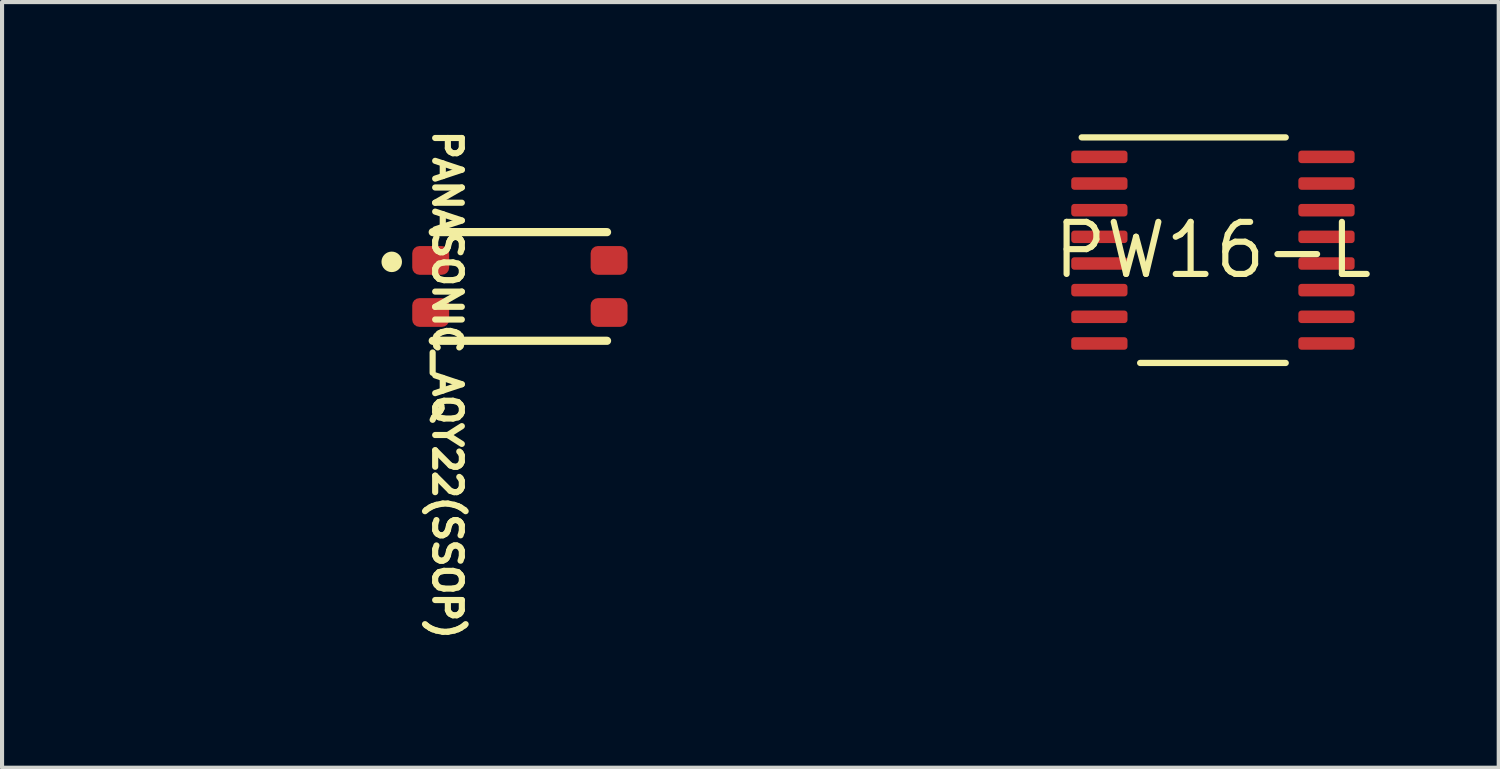
<source format=kicad_pcb>
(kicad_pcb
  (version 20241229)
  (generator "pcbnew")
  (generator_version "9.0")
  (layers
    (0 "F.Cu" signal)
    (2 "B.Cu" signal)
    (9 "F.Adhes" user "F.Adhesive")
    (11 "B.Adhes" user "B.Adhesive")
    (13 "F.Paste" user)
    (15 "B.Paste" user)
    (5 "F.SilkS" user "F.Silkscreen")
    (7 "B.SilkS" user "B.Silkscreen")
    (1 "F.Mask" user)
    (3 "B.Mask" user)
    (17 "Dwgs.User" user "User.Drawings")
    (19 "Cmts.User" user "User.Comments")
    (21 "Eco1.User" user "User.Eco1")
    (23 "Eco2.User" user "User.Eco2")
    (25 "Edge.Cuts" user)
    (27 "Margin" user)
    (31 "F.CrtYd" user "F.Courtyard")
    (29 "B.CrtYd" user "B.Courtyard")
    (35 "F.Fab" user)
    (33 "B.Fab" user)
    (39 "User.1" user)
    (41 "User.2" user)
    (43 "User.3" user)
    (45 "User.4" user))
  (footprint "PANASONIC_AQY22(SSOP)"
    (layer "F.Cu")
    (at 9.627 3.935)
    (property "Reference" "PANASONIC_AQY22(SSOP)" (at -1.773 2.4 270) (unlocked yes) (layer "F.SilkS") (effects (font (size 0.65 0.65) (thickness 0.15))))
    (fp_line (start -2.125 -1.325) (end 2.125 -1.325) (stroke (width 0.2) (type solid)) (layer "F.SilkS"))
    (fp_line (start -2.125 1.325) (end 2.125 1.325) (stroke (width 0.2) (type solid)) (layer "F.SilkS"))
    (fp_circle (center -3.125 -0.6) (end -3 -0.6) (stroke (width 0.25) (type solid)) (fill no) (layer "F.SilkS"))
    (fp_line (start -2.425 -0.835) (end -2.425 -0.435) (stroke (width 0.1) (type solid)) (layer "User.5"))
    (fp_line (start -2.425 -0.835) (end -2.225 -0.835) (stroke (width 0.1) (type solid)) (layer "User.5"))
    (fp_line (start -2.425 -0.435) (end -2.225 -0.435) (stroke (width 0.1) (type solid)) (layer "User.5"))
    (fp_line (start -2.425 0.435) (end -2.425 0.835) (stroke (width 0.1) (type solid)) (layer "User.5"))
    (fp_line (start -2.425 0.435) (end -2.225 0.435) (stroke (width 0.1) (type solid)) (layer "User.5"))
    (fp_line (start -2.425 0.835) (end -2.225 0.835) (stroke (width 0.1) (type solid)) (layer "User.5"))
    (fp_line (start -2.225 -1.225) (end -2.225 1.225) (stroke (width 0.1) (type solid)) (layer "User.5"))
    (fp_line (start -2.125 -1.325) (end 2.125 -1.325) (stroke (width 0.1) (type solid)) (layer "User.5"))
    (fp_line (start -2.125 1.325) (end 2.125 1.325) (stroke (width 0.1) (type solid)) (layer "User.5"))
    (fp_line (start 2.225 -1.225) (end 2.225 1.225) (stroke (width 0.1) (type solid)) (layer "User.5"))
    (fp_line (start 2.225 -0.835) (end 2.425 -0.835) (stroke (width 0.1) (type solid)) (layer "User.5"))
    (fp_line (start 2.225 -0.435) (end 2.425 -0.435) (stroke (width 0.1) (type solid)) (layer "User.5"))
    (fp_line (start 2.225 0.435) (end 2.425 0.435) (stroke (width 0.1) (type solid)) (layer "User.5"))
    (fp_line (start 2.225 0.835) (end 2.425 0.835) (stroke (width 0.1) (type solid)) (layer "User.5"))
    (fp_line (start 2.425 -0.835) (end 2.425 -0.435) (stroke (width 0.1) (type solid)) (layer "User.5"))
    (fp_line (start 2.425 0.435) (end 2.425 0.835) (stroke (width 0.1) (type solid)) (layer "User.5"))
    (fp_arc (start -2.225 -1.225) (mid -2.195711 -1.295711) (end -2.125 -1.325) (stroke (width 0.1) (type solid)) (layer "User.5"))
    (fp_arc (start -2.125 1.325) (mid -2.195711 1.295711) (end -2.225 1.225) (stroke (width 0.1) (type solid)) (layer "User.5"))
    (fp_arc (start 2.125 -1.325) (mid 2.195711 -1.295711) (end 2.225 -1.225) (stroke (width 0.1) (type solid)) (layer "User.5"))
    (fp_arc (start 2.225 1.225) (mid 2.195711 1.295711) (end 2.125 1.325) (stroke (width 0.1) (type solid)) (layer "User.5"))
    (fp_circle (center -1.6 -0.6) (end -1.28 -0.6) (stroke (width 0.1) (type solid)) (fill no) (layer "User.5"))
    (fp_line (start -2.425 -0.835) (end -2.425 -0.435) (stroke (width 0.1) (type solid)) (layer "User.12"))
    (fp_line (start -2.425 -0.835) (end -2.225 -0.835) (stroke (width 0.1) (type solid)) (layer "User.12"))
    (fp_line (start -2.425 -0.435) (end -2.225 -0.435) (stroke (width 0.1) (type solid)) (layer "User.12"))
    (fp_line (start -2.425 0.435) (end -2.425 0.835) (stroke (width 0.1) (type solid)) (layer "User.12"))
    (fp_line (start -2.425 0.435) (end -2.225 0.435) (stroke (width 0.1) (type solid)) (layer "User.12"))
    (fp_line (start -2.425 0.835) (end -2.225 0.835) (stroke (width 0.1) (type solid)) (layer "User.12"))
    (fp_line (start -2.225 -1.225) (end -2.225 1.225) (stroke (width 0.1) (type solid)) (layer "User.12"))
    (fp_line (start -2.125 -1.325) (end 2.125 -1.325) (stroke (width 0.1) (type solid)) (layer "User.12"))
    (fp_line (start -2.125 1.325) (end 2.125 1.325) (stroke (width 0.1) (type solid)) (layer "User.12"))
    (fp_line (start 2.225 -1.225) (end 2.225 1.225) (stroke (width 0.1) (type solid)) (layer "User.12"))
    (fp_line (start 2.225 -0.835) (end 2.425 -0.835) (stroke (width 0.1) (type solid)) (layer "User.12"))
    (fp_line (start 2.225 -0.435) (end 2.425 -0.435) (stroke (width 0.1) (type solid)) (layer "User.12"))
    (fp_line (start 2.225 0.435) (end 2.425 0.435) (stroke (width 0.1) (type solid)) (layer "User.12"))
    (fp_line (start 2.225 0.835) (end 2.425 0.835) (stroke (width 0.1) (type solid)) (layer "User.12"))
    (fp_line (start 2.425 -0.835) (end 2.425 -0.435) (stroke (width 0.1) (type solid)) (layer "User.12"))
    (fp_line (start 2.425 0.435) (end 2.425 0.835) (stroke (width 0.1) (type solid)) (layer "User.12"))
    (fp_arc (start -2.225 -1.225) (mid -2.195711 -1.295711) (end -2.125 -1.325) (stroke (width 0.1) (type solid)) (layer "User.12"))
    (fp_arc (start -2.125 1.325) (mid -2.195711 1.295711) (end -2.225 1.225) (stroke (width 0.1) (type solid)) (layer "User.12"))
    (fp_arc (start 2.125 -1.325) (mid 2.195711 -1.295711) (end 2.225 -1.225) (stroke (width 0.1) (type solid)) (layer "User.12"))
    (fp_arc (start 2.225 1.225) (mid 2.195711 1.295711) (end 2.125 1.325) (stroke (width 0.1) (type solid)) (layer "User.12"))
    (fp_line (start -2.875 -1.525) (end -2.875 1.525) (stroke (width 0.05) (type solid)) (layer "User.13"))
    (fp_line (start -2.875 -1.525) (end 2.875 -1.525) (stroke (width 0.05) (type solid)) (layer "User.13"))
    (fp_line (start -2.875 1.525) (end 2.875 1.525) (stroke (width 0.05) (type solid)) (layer "User.13"))
    (fp_line (start 2.875 -1.525) (end 2.875 1.525) (stroke (width 0.05) (type solid)) (layer "User.13"))
    (fp_text user "${REFERENCE}" (at 0.152 0.036 0) (unlocked yes) (layer "User.5") (effects (font (size 1.016 1.016) (thickness 0.152))))
    (pad "1" smd roundrect (at -2.175 -0.635) (size 0.9 0.7) (layers "F.Cu" "F.Mask" "F.Paste") (roundrect_rratio 0.25))
    (pad "2" smd roundrect (at -2.175 0.635) (size 0.9 0.7) (layers "F.Cu" "F.Mask" "F.Paste") (roundrect_rratio 0.25))
    (pad "3" smd roundrect (at 2.175 0.635) (size 0.9 0.7) (layers "F.Cu" "F.Mask" "F.Paste") (roundrect_rratio 0.25))
    (pad "4" smd roundrect (at 2.175 -0.635) (size 0.9 0.7) (layers "F.Cu" "F.Mask" "F.Paste") (roundrect_rratio 0.25)))
  (footprint "PW16-L"
    (layer "F.Cu")
    (at 26.526 3.05)
    (property "Reference" "PW16-L" (at 0 0 0) (layer "F.SilkS") (effects (font (size 1.27 1.27) (thickness 0.15))))
    (fp_line (start 1.775 -2.75) (end -3.2 -2.75) (stroke (width 0.152) (type solid)) (layer "F.SilkS"))
    (fp_line (start 1.775 2.75) (end -1.775 2.75) (stroke (width 0.152) (type solid)) (layer "F.SilkS"))
    (fp_line (start -3.2 -2.397) (end -3.2 -2.152) (stroke (width 0.1) (type solid)) (layer "User.5"))
    (fp_line (start -3.2 -1.748) (end -3.2 -1.502) (stroke (width 0.1) (type solid)) (layer "User.5"))
    (fp_line (start -3.2 -1.097) (end -3.2 -0.853) (stroke (width 0.1) (type solid)) (layer "User.5"))
    (fp_line (start -3.2 -0.448) (end -3.2 -0.203) (stroke (width 0.1) (type solid)) (layer "User.5"))
    (fp_line (start -3.2 0.203) (end -3.2 0.448) (stroke (width 0.1) (type solid)) (layer "User.5"))
    (fp_line (start -3.2 0.853) (end -3.2 1.097) (stroke (width 0.1) (type solid)) (layer "User.5"))
    (fp_line (start -3.2 1.502) (end -3.2 1.748) (stroke (width 0.1) (type solid)) (layer "User.5"))
    (fp_line (start -3.2 2.152) (end -3.2 2.397) (stroke (width 0.1) (type solid)) (layer "User.5"))
    (fp_line (start -2.203 -2.397) (end -3.2 -2.397) (stroke (width 0.1) (type solid)) (layer "User.5"))
    (fp_line (start -2.203 -2.152) (end -3.2 -2.152) (stroke (width 0.1) (type solid)) (layer "User.5"))
    (fp_line (start -2.203 -1.748) (end -3.2 -1.748) (stroke (width 0.1) (type solid)) (layer "User.5"))
    (fp_line (start -2.203 -1.502) (end -3.2 -1.502) (stroke (width 0.1) (type solid)) (layer "User.5"))
    (fp_line (start -2.203 -1.097) (end -3.2 -1.097) (stroke (width 0.1) (type solid)) (layer "User.5"))
    (fp_line (start -2.203 -0.853) (end -3.2 -0.853) (stroke (width 0.1) (type solid)) (layer "User.5"))
    (fp_line (start -2.203 -0.448) (end -3.2 -0.448) (stroke (width 0.1) (type solid)) (layer "User.5"))
    (fp_line (start -2.203 -0.203) (end -3.2 -0.203) (stroke (width 0.1) (type solid)) (layer "User.5"))
    (fp_line (start -2.203 0.203) (end -3.2 0.203) (stroke (width 0.1) (type solid)) (layer "User.5"))
    (fp_line (start -2.203 0.448) (end -3.2 0.448) (stroke (width 0.1) (type solid)) (layer "User.5"))
    (fp_line (start -2.203 0.853) (end -3.2 0.853) (stroke (width 0.1) (type solid)) (layer "User.5"))
    (fp_line (start -2.203 1.097) (end -3.2 1.097) (stroke (width 0.1) (type solid)) (layer "User.5"))
    (fp_line (start -2.203 1.502) (end -3.2 1.502) (stroke (width 0.1) (type solid)) (layer "User.5"))
    (fp_line (start -2.203 1.748) (end -3.2 1.748) (stroke (width 0.1) (type solid)) (layer "User.5"))
    (fp_line (start -2.203 2.152) (end -3.2 2.152) (stroke (width 0.1) (type solid)) (layer "User.5"))
    (fp_line (start -2.203 2.397) (end -3.2 2.397) (stroke (width 0.1) (type solid)) (layer "User.5"))
    (fp_line (start -2.2 -2.4) (end -2.2 2.4) (stroke (width 0.1) (type solid)) (layer "User.5"))
    (fp_line (start 2.1 -2.5) (end -2.1 -2.5) (stroke (width 0.1) (type solid)) (layer "User.5"))
    (fp_line (start 2.1 2.5) (end -2.1 2.5) (stroke (width 0.1) (type solid)) (layer "User.5"))
    (fp_line (start 2.2 -2.4) (end 2.2 2.4) (stroke (width 0.1) (type solid)) (layer "User.5"))
    (fp_line (start 3.2 -2.397) (end 2.203 -2.397) (stroke (width 0.1) (type solid)) (layer "User.5"))
    (fp_line (start 3.2 -2.397) (end 3.2 -2.152) (stroke (width 0.1) (type solid)) (layer "User.5"))
    (fp_line (start 3.2 -2.152) (end 2.203 -2.152) (stroke (width 0.1) (type solid)) (layer "User.5"))
    (fp_line (start 3.2 -1.748) (end 2.203 -1.748) (stroke (width 0.1) (type solid)) (layer "User.5"))
    (fp_line (start 3.2 -1.748) (end 3.2 -1.502) (stroke (width 0.1) (type solid)) (layer "User.5"))
    (fp_line (start 3.2 -1.502) (end 2.203 -1.502) (stroke (width 0.1) (type solid)) (layer "User.5"))
    (fp_line (start 3.2 -1.097) (end 2.203 -1.097) (stroke (width 0.1) (type solid)) (layer "User.5"))
    (fp_line (start 3.2 -1.097) (end 3.2 -0.853) (stroke (width 0.1) (type solid)) (layer "User.5"))
    (fp_line (start 3.2 -0.853) (end 2.203 -0.853) (stroke (width 0.1) (type solid)) (layer "User.5"))
    (fp_line (start 3.2 -0.448) (end 2.203 -0.448) (stroke (width 0.1) (type solid)) (layer "User.5"))
    (fp_line (start 3.2 -0.448) (end 3.2 -0.203) (stroke (width 0.1) (type solid)) (layer "User.5"))
    (fp_line (start 3.2 -0.203) (end 2.203 -0.203) (stroke (width 0.1) (type solid)) (layer "User.5"))
    (fp_line (start 3.2 0.203) (end 2.203 0.203) (stroke (width 0.1) (type solid)) (layer "User.5"))
    (fp_line (start 3.2 0.203) (end 3.2 0.448) (stroke (width 0.1) (type solid)) (layer "User.5"))
    (fp_line (start 3.2 0.448) (end 2.203 0.448) (stroke (width 0.1) (type solid)) (layer "User.5"))
    (fp_line (start 3.2 0.853) (end 2.203 0.853) (stroke (width 0.1) (type solid)) (layer "User.5"))
    (fp_line (start 3.2 0.853) (end 3.2 1.097) (stroke (width 0.1) (type solid)) (layer "User.5"))
    (fp_line (start 3.2 1.097) (end 2.203 1.097) (stroke (width 0.1) (type solid)) (layer "User.5"))
    (fp_line (start 3.2 1.502) (end 2.203 1.502) (stroke (width 0.1) (type solid)) (layer "User.5"))
    (fp_line (start 3.2 1.502) (end 3.2 1.748) (stroke (width 0.1) (type solid)) (layer "User.5"))
    (fp_line (start 3.2 1.748) (end 2.203 1.748) (stroke (width 0.1) (type solid)) (layer "User.5"))
    (fp_line (start 3.2 2.152) (end 2.203 2.152) (stroke (width 0.1) (type solid)) (layer "User.5"))
    (fp_line (start 3.2 2.152) (end 3.2 2.397) (stroke (width 0.1) (type solid)) (layer "User.5"))
    (fp_line (start 3.2 2.397) (end 2.203 2.397) (stroke (width 0.1) (type solid)) (layer "User.5"))
    (fp_arc (start -2.2 -2.4) (mid -2.170711 -2.470711) (end -2.1 -2.5) (stroke (width 0.1) (type solid)) (layer "User.5"))
    (fp_arc (start -2.1 2.5) (mid -2.170711 2.470711) (end -2.2 2.4) (stroke (width 0.1) (type solid)) (layer "User.5"))
    (fp_arc (start 2.1 -2.5) (mid 2.170711 -2.470711) (end 2.2 -2.4) (stroke (width 0.1) (type solid)) (layer "User.5"))
    (fp_arc (start 2.2 2.4) (mid 2.170711 2.470711) (end 2.1 2.5) (stroke (width 0.1) (type solid)) (layer "User.5"))
    (fp_circle (center -1.4 -1.7) (end -1.4 -1.3) (stroke (width 0.1) (type solid)) (fill no) (layer "User.5"))
    (fp_line (start -2.248 -2.553) (end -2.248 2.553) (stroke (width 0.152) (type solid)) (layer "User.12"))
    (fp_line (start 2.248 -2.553) (end -2.248 -2.553) (stroke (width 0.152) (type solid)) (layer "User.12"))
    (fp_line (start 2.248 -2.553) (end 2.248 2.553) (stroke (width 0.152) (type solid)) (layer "User.12"))
    (fp_line (start 2.248 2.553) (end -2.248 2.553) (stroke (width 0.152) (type solid)) (layer "User.12"))
    (fp_arc (start 0.37465 -2.5527) (mid 0 -2.17805) (end -0.37465 -2.5527) (stroke (width 0.1524) (type solid)) (layer "User.12"))
    (fp_line (start -3.75 -2.75) (end -3.75 2.75) (stroke (width 0.1) (type solid)) (layer "User.13"))
    (fp_line (start 0 -0.5) (end 0 0.5) (stroke (width 0.1) (type solid)) (layer "User.13"))
    (fp_line (start 0.5 0) (end -0.5 0) (stroke (width 0.1) (type solid)) (layer "User.13"))
    (fp_line (start 3.75 -2.75) (end -3.75 -2.75) (stroke (width 0.1) (type solid)) (layer "User.13"))
    (fp_line (start 3.75 -2.75) (end 3.75 2.75) (stroke (width 0.1) (type solid)) (layer "User.13"))
    (fp_line (start 3.75 2.75) (end -3.75 2.75) (stroke (width 0.1) (type solid)) (layer "User.13"))
    (fp_text_box "${REFERENCE}" (start 0.9 -3) (end -0.9 3) (margins 0 0 0 0) (angle 270) (layer "User.5") (effects (font (size 0.762 0.762) (thickness 0.152)) (justify left top)) (border no) (stroke (width 0.1) (type default)))
    (pad "1" smd roundrect (at -2.769 -2.275) (size 1.372 0.305) (layers "F.Cu" "F.Mask" "F.Paste") (roundrect_rratio 0.25))
    (pad "2" smd roundrect (at -2.769 -1.625) (size 1.372 0.305) (layers "F.Cu" "F.Mask" "F.Paste") (roundrect_rratio 0.25))
    (pad "3" smd roundrect (at -2.769 -0.975) (size 1.372 0.305) (layers "F.Cu" "F.Mask" "F.Paste") (roundrect_rratio 0.25))
    (pad "4" smd roundrect (at -2.769 -0.325) (size 1.372 0.305) (layers "F.Cu" "F.Mask" "F.Paste") (roundrect_rratio 0.25))
    (pad "5" smd roundrect (at -2.769 0.325) (size 1.372 0.305) (layers "F.Cu" "F.Mask" "F.Paste") (roundrect_rratio 0.25))
    (pad "6" smd roundrect (at -2.769 0.975) (size 1.372 0.305) (layers "F.Cu" "F.Mask" "F.Paste") (roundrect_rratio 0.25))
    (pad "7" smd roundrect (at -2.769 1.625) (size 1.372 0.305) (layers "F.Cu" "F.Mask" "F.Paste") (roundrect_rratio 0.25))
    (pad "8" smd roundrect (at -2.769 2.275) (size 1.372 0.305) (layers "F.Cu" "F.Mask" "F.Paste") (roundrect_rratio 0.25))
    (pad "9" smd roundrect (at 2.769 2.275) (size 1.372 0.305) (layers "F.Cu" "F.Mask" "F.Paste") (roundrect_rratio 0.25))
    (pad "10" smd roundrect (at 2.769 1.625) (size 1.372 0.305) (layers "F.Cu" "F.Mask" "F.Paste") (roundrect_rratio 0.25))
    (pad "11" smd roundrect (at 2.769 0.975) (size 1.372 0.305) (layers "F.Cu" "F.Mask" "F.Paste") (roundrect_rratio 0.25))
    (pad "12" smd roundrect (at 2.769 0.325) (size 1.372 0.305) (layers "F.Cu" "F.Mask" "F.Paste") (roundrect_rratio 0.25))
    (pad "13" smd roundrect (at 2.769 -0.325) (size 1.372 0.305) (layers "F.Cu" "F.Mask" "F.Paste") (roundrect_rratio 0.25))
    (pad "14" smd roundrect (at 2.769 -0.975) (size 1.372 0.305) (layers "F.Cu" "F.Mask" "F.Paste") (roundrect_rratio 0.25))
    (pad "15" smd roundrect (at 2.769 -1.625) (size 1.372 0.305) (layers "F.Cu" "F.Mask" "F.Paste") (roundrect_rratio 0.25))
    (pad "16" smd roundrect (at 2.769 -2.275) (size 1.372 0.305) (layers "F.Cu" "F.Mask" "F.Paste") (roundrect_rratio 0.25)))
  (gr_rect
    (start -3 -3)
    (end 33.495 15.67)
    (stroke (width 0.1) (type default))
    (fill no)
    (layer "Edge.Cuts")))
</source>
